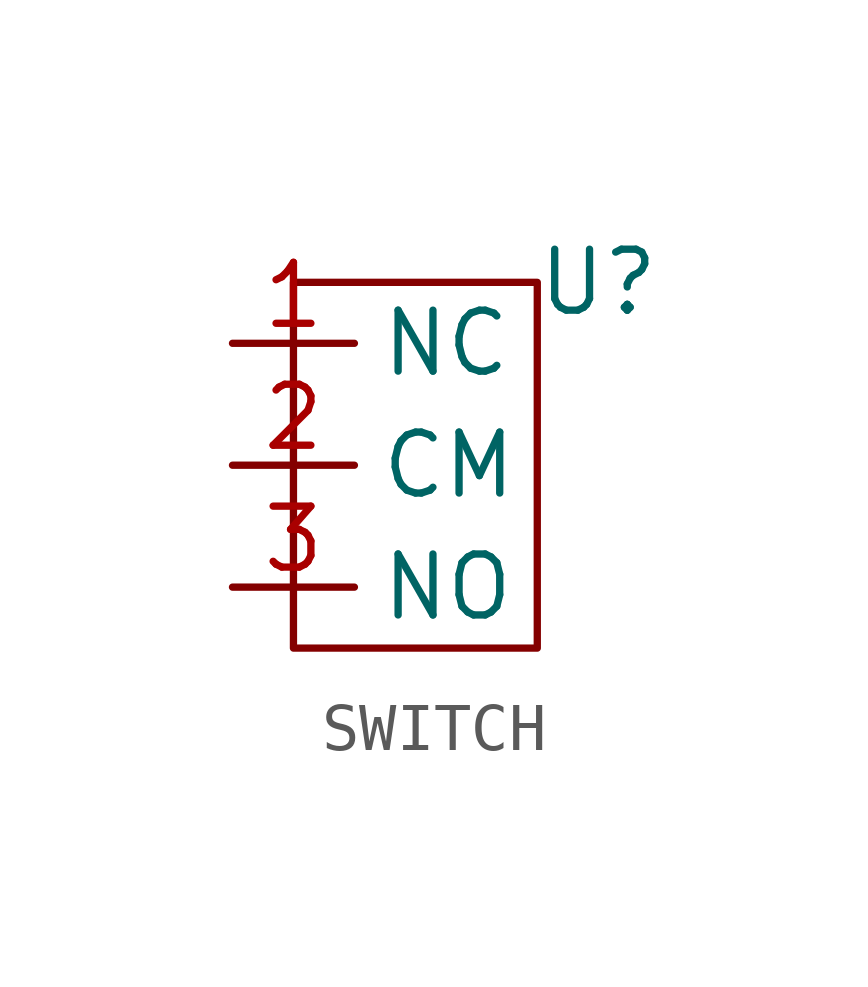
<source format=kicad_sym>
(kicad_symbol_lib
  (version 20220914)
  (generator kicad_symbol_editor)
  (symbol "SWITCH"
    (property "Reference" "U"
      (at 0 0 0)
      (effects (font (size 1.27 1.27))))
    (property "Value" ""
      (at 0 0 0)
      (effects (font (size 1.27 1.27))))
    (symbol "SWITCH_0_1"
      (rectangle (start -6.35 0) (end -1.27 -7.62) (stroke (width 0) (type default)) (fill (type none))))
    (symbol "SWITCH_1_1"
      (pin free line (at -7.62 -1.27 0) (length 2.54) (name "NC" (effects (font (size 1.27 1.27)))) (number "1" (effects (font (size 1.27 1.27)))))
      (pin free line (at -7.62 -3.81 0) (length 2.54) (name "CM" (effects (font (size 1.27 1.27)))) (number "2" (effects (font (size 1.27 1.27)))))
      (pin free line (at -7.62 -6.35 0) (length 2.54) (name "NO" (effects (font (size 1.27 1.27)))) (number "3" (effects (font (size 1.27 1.27))))))))
</source>
